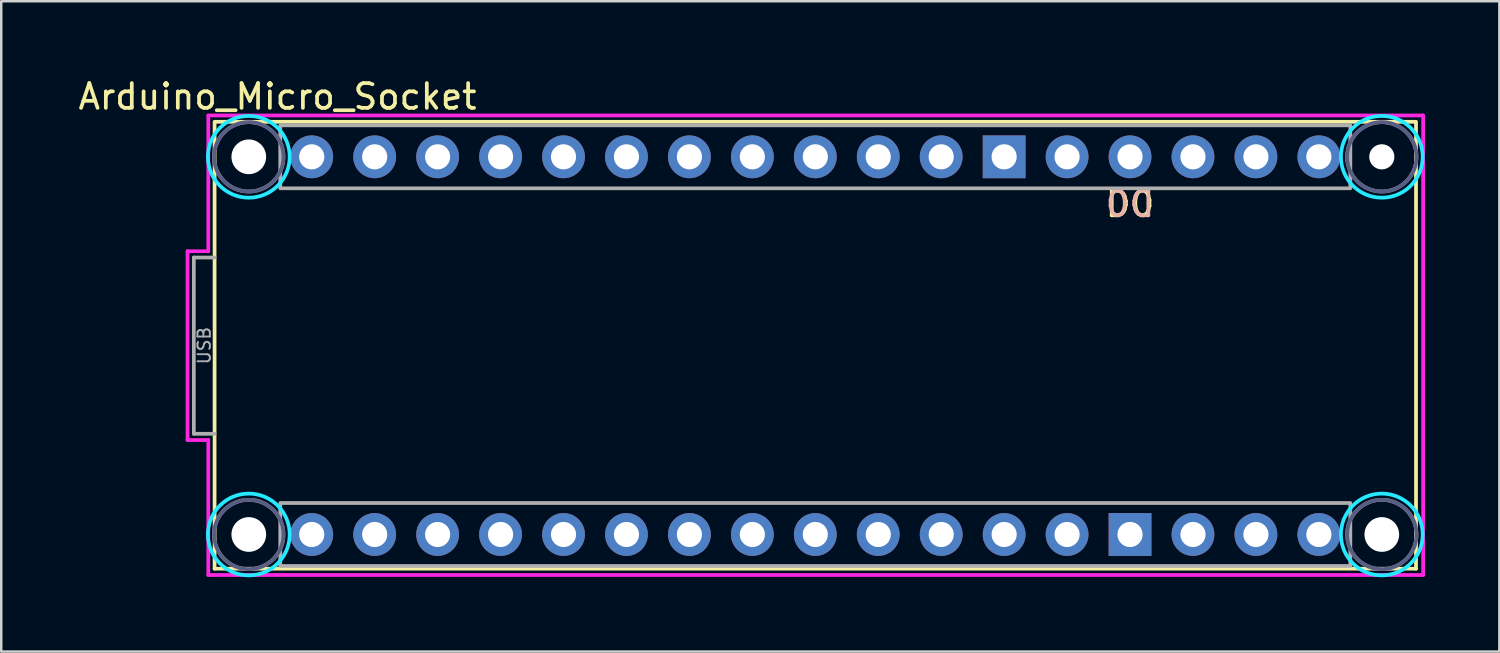
<source format=kicad_pcb>
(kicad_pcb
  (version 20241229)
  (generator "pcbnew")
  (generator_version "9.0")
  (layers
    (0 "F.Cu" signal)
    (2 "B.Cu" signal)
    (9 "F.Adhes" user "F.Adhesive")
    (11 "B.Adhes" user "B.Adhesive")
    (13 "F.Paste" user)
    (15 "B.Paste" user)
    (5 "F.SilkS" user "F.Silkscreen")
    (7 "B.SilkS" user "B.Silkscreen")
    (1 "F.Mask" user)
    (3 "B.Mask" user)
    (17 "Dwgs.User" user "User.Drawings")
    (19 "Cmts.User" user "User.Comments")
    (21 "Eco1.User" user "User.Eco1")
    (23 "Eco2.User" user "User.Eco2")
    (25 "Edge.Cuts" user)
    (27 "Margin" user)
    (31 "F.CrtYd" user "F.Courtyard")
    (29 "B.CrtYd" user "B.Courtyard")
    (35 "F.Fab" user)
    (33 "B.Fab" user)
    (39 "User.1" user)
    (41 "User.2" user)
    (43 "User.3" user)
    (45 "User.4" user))
  (footprint "Arduino_Micro_Socket"
    (layer "F.Cu")
    (at 5.609 19.898)
    (property "Reference" "Arduino_Micro_Socket" (at 2.54 -19.05 0) (layer "F.SilkS") (effects (font (size 1 1) (thickness 0.15))))
    (attr through_hole)
    (fp_line (start 0 -18.034) (end 48.48 -18.034) (stroke (width 0.15) (type solid)) (layer "F.SilkS"))
    (fp_line (start 0 -18) (end 0 0) (stroke (width 0.15) (type solid)) (layer "F.SilkS"))
    (fp_line (start 0 0) (end 48.48 0) (stroke (width 0.15) (type solid)) (layer "F.SilkS"))
    (fp_line (start 48.48 -18) (end 48.48 0) (stroke (width 0.15) (type solid)) (layer "F.SilkS"))
    (fp_circle (center 1.38 -16.62) (end 3.03 -16.62) (stroke (width 0.15) (type solid)) (fill no) (layer "B.CrtYd"))
    (fp_circle (center 1.38 -1.38) (end 3.03 -1.38) (stroke (width 0.15) (type solid)) (fill no) (layer "B.CrtYd"))
    (fp_circle (center 47.1 -16.62) (end 48.75 -16.62) (stroke (width 0.15) (type solid)) (fill no) (layer "B.CrtYd"))
    (fp_circle (center 47.1 -1.38) (end 48.75 -1.38) (stroke (width 0.15) (type solid)) (fill no) (layer "B.CrtYd"))
    (fp_line (start -1.092 -12.81) (end -0.254 -12.81) (stroke (width 0.15) (type solid)) (layer "F.CrtYd"))
    (fp_line (start -1.092 -5.19) (end -1.092 -12.81) (stroke (width 0.15) (type solid)) (layer "F.CrtYd"))
    (fp_line (start -1.092 -5.19) (end -0.254 -5.19) (stroke (width 0.15) (type solid)) (layer "F.CrtYd"))
    (fp_line (start -0.254 -18.288) (end 48.768 -18.288) (stroke (width 0.15) (type solid)) (layer "F.CrtYd"))
    (fp_line (start -0.254 -12.81) (end -0.254 -18.288) (stroke (width 0.15) (type solid)) (layer "F.CrtYd"))
    (fp_line (start -0.254 0.254) (end -0.254 -5.19) (stroke (width 0.15) (type solid)) (layer "F.CrtYd"))
    (fp_line (start 48.768 -18.288) (end 48.768 0.254) (stroke (width 0.15) (type solid)) (layer "F.CrtYd"))
    (fp_line (start 48.768 0.254) (end -0.254 0.254) (stroke (width 0.15) (type solid)) (layer "F.CrtYd"))
    (fp_circle (center 1.38 -16.62) (end 2.78 -16.62) (stroke (width 0.15) (type solid)) (fill no) (layer "B.Fab"))
    (fp_circle (center 1.38 -1.38) (end 2.78 -1.38) (stroke (width 0.15) (type solid)) (fill no) (layer "B.Fab"))
    (fp_circle (center 47.1 -16.62) (end 48.5 -16.62) (stroke (width 0.15) (type solid)) (fill no) (layer "B.Fab"))
    (fp_circle (center 47.1 -1.38) (end 48.5 -1.38) (stroke (width 0.15) (type solid)) (fill no) (layer "B.Fab"))
    (fp_line (start -0.838 -12.556) (end 0 -12.556) (stroke (width 0.15) (type solid)) (layer "F.Fab"))
    (fp_line (start -0.838 -5.444) (end -0.838 -12.556) (stroke (width 0.15) (type solid)) (layer "F.Fab"))
    (fp_line (start -0.838 -5.444) (end 0 -5.444) (stroke (width 0.15) (type solid)) (layer "F.Fab"))
    (fp_rect (start 2.65 -17.89) (end 45.83 -15.35) (stroke (width 0.15) (type solid)) (fill no) (layer "F.Fab"))
    (fp_rect (start 2.65 -2.65) (end 45.83 -0.11) (stroke (width 0.15) (type solid)) (fill no) (layer "F.Fab"))
    (fp_circle (center 1.38 -16.62) (end 2.78 -16.62) (stroke (width 0.15) (type solid)) (fill no) (layer "F.Fab"))
    (fp_circle (center 1.38 -1.38) (end 2.78 -1.38) (stroke (width 0.15) (type solid)) (fill no) (layer "F.Fab"))
    (fp_circle (center 47.1 -16.62) (end 48.5 -16.62) (stroke (width 0.15) (type solid)) (fill no) (layer "F.Fab"))
    (fp_circle (center 47.1 -1.38) (end 48.5 -1.38) (stroke (width 0.15) (type solid)) (fill no) (layer "F.Fab"))
    (fp_text user "D0" (at 36.94 -14.715 0) (unlocked yes) (layer "F.SilkS") (effects (font (size 1 1) (thickness 0.15))))
    (fp_text user "D0" (at 36.94 -14.715 0) (unlocked yes) (layer "B.SilkS") (effects (font (size 1 1) (thickness 0.15)) (justify mirror)))
    (fp_text user "USB" (at -0.419 -9 90) (layer "F.Fab") (effects (font (size 0.5 0.5) (thickness 0.075))))
    (pad "" np_thru_hole circle (at 1.38 -16.62) (size 1.4 1.4) (drill 1.4) (layers "*.Cu" "*.Mask"))
    (pad "" np_thru_hole circle (at 1.38 -1.38) (size 1.4 1.4) (drill 1.4) (layers "*.Cu" "*.Mask"))
    (pad "" thru_hole oval (at 26.78 -1.38) (size 1.727 1.727) (drill 1.016) (layers "*.Cu" "*.Mask"))
    (pad "" thru_hole oval (at 29.32 -1.38) (size 1.727 1.727) (drill 1.016) (layers "*.Cu" "*.Mask"))
    (pad "" np_thru_hole circle (at 47.1 -16.62) (size 1.016 1.016) (drill 1.016) (layers "*.Cu" "*.Mask"))
    (pad "" np_thru_hole circle (at 47.1 -1.38) (size 1.4 1.4) (drill 1.4) (layers "*.Cu" "*.Mask"))
    (pad "3V3" thru_hole oval (at 6.46 -1.38) (size 1.727 1.727) (drill 1.016) (layers "*.Cu" "*.Mask"))
    (pad "5V" thru_hole oval (at 31.86 -1.38) (size 1.727 1.727) (drill 1.016) (layers "*.Cu" "*.Mask"))
    (pad "A0" thru_hole oval (at 11.54 -1.38) (size 1.727 1.727) (drill 1.016) (layers "*.Cu" "*.Mask"))
    (pad "A1" thru_hole oval (at 14.08 -1.38) (size 1.727 1.727) (drill 1.016) (layers "*.Cu" "*.Mask"))
    (pad "A2" thru_hole oval (at 16.62 -1.38) (size 1.727 1.727) (drill 1.016) (layers "*.Cu" "*.Mask"))
    (pad "A3" thru_hole oval (at 19.16 -1.38) (size 1.727 1.727) (drill 1.016) (layers "*.Cu" "*.Mask"))
    (pad "A4" thru_hole oval (at 21.7 -1.38) (size 1.727 1.727) (drill 1.016) (layers "*.Cu" "*.Mask"))
    (pad "A5" thru_hole oval (at 24.24 -1.38) (size 1.727 1.727) (drill 1.016) (layers "*.Cu" "*.Mask"))
    (pad "AREF" thru_hole oval (at 9 -1.38) (size 1.727 1.727) (drill 1.016) (layers "*.Cu" "*.Mask"))
    (pad "D0" thru_hole oval (at 36.94 -16.62) (size 1.727 1.727) (drill 1.016) (layers "*.Cu" "*.Mask"))
    (pad "D1" thru_hole oval (at 39.48 -16.62) (size 1.727 1.727) (drill 1.016) (layers "*.Cu" "*.Mask"))
    (pad "D2" thru_hole oval (at 29.32 -16.62) (size 1.727 1.727) (drill 1.016) (layers "*.Cu" "*.Mask"))
    (pad "D3" thru_hole oval (at 26.78 -16.62) (size 1.727 1.727) (drill 1.016) (layers "*.Cu" "*.Mask"))
    (pad "D4" thru_hole oval (at 24.24 -16.62) (size 1.727 1.727) (drill 1.016) (layers "*.Cu" "*.Mask"))
    (pad "D5" thru_hole oval (at 21.7 -16.62) (size 1.727 1.727) (drill 1.016) (layers "*.Cu" "*.Mask"))
    (pad "D6" thru_hole oval (at 19.16 -16.62) (size 1.727 1.727) (drill 1.016) (layers "*.Cu" "*.Mask"))
    (pad "D7" thru_hole oval (at 16.62 -16.62) (size 1.727 1.727) (drill 1.016) (layers "*.Cu" "*.Mask"))
    (pad "D8" thru_hole oval (at 14.08 -16.62) (size 1.727 1.727) (drill 1.016) (layers "*.Cu" "*.Mask"))
    (pad "D9" thru_hole oval (at 11.54 -16.62) (size 1.727 1.727) (drill 1.016) (layers "*.Cu" "*.Mask"))
    (pad "D10" thru_hole oval (at 9 -16.62) (size 1.727 1.727) (drill 1.016) (layers "*.Cu" "*.Mask"))
    (pad "D11" thru_hole oval (at 6.46 -16.62) (size 1.727 1.727) (drill 1.016) (layers "*.Cu" "*.Mask"))
    (pad "D12" thru_hole oval (at 3.92 -16.62) (size 1.727 1.727) (drill 1.016) (layers "*.Cu" "*.Mask"))
    (pad "D13" thru_hole oval (at 3.92 -1.38) (size 1.727 1.727) (drill 1.016) (layers "*.Cu" "*.Mask"))
    (pad "GND1" thru_hole rect (at 36.94 -1.38) (size 1.727 1.727) (drill 1.016) (layers "*.Cu" "*.Mask"))
    (pad "GND2" thru_hole rect (at 31.86 -16.62) (size 1.727 1.727) (drill 1.016) (layers "*.Cu" "*.Mask"))
    (pad "MISO" thru_hole oval (at 42.02 -1.38) (size 1.727 1.727) (drill 1.016) (layers "*.Cu" "*.Mask"))
    (pad "MOSI" thru_hole circle (at 44.56 -16.62) (size 1.727 1.727) (drill 1.016) (layers "*.Cu" "*.Mask"))
    (pad "RST1" thru_hole oval (at 34.4 -1.38) (size 1.727 1.727) (drill 1.016) (layers "*.Cu" "*.Mask"))
    (pad "RST2" thru_hole oval (at 34.4 -16.62) (size 1.727 1.727) (drill 1.016) (layers "*.Cu" "*.Mask"))
    (pad "SCK" thru_hole oval (at 44.56 -1.38) (size 1.727 1.727) (drill 1.016) (layers "*.Cu" "*.Mask"))
    (pad "SS" thru_hole oval (at 42.02 -16.62) (size 1.727 1.727) (drill 1.016) (layers "*.Cu" "*.Mask"))
    (pad "VIN" thru_hole oval (at 39.48 -1.38) (size 1.727 1.727) (drill 1.016) (layers "*.Cu" "*.Mask")))
  (gr_rect
    (start -3 -3)
    (end 57.452 23.243)
    (stroke (width 0.1) (type default))
    (fill no)
    (layer "Edge.Cuts")))
</source>
